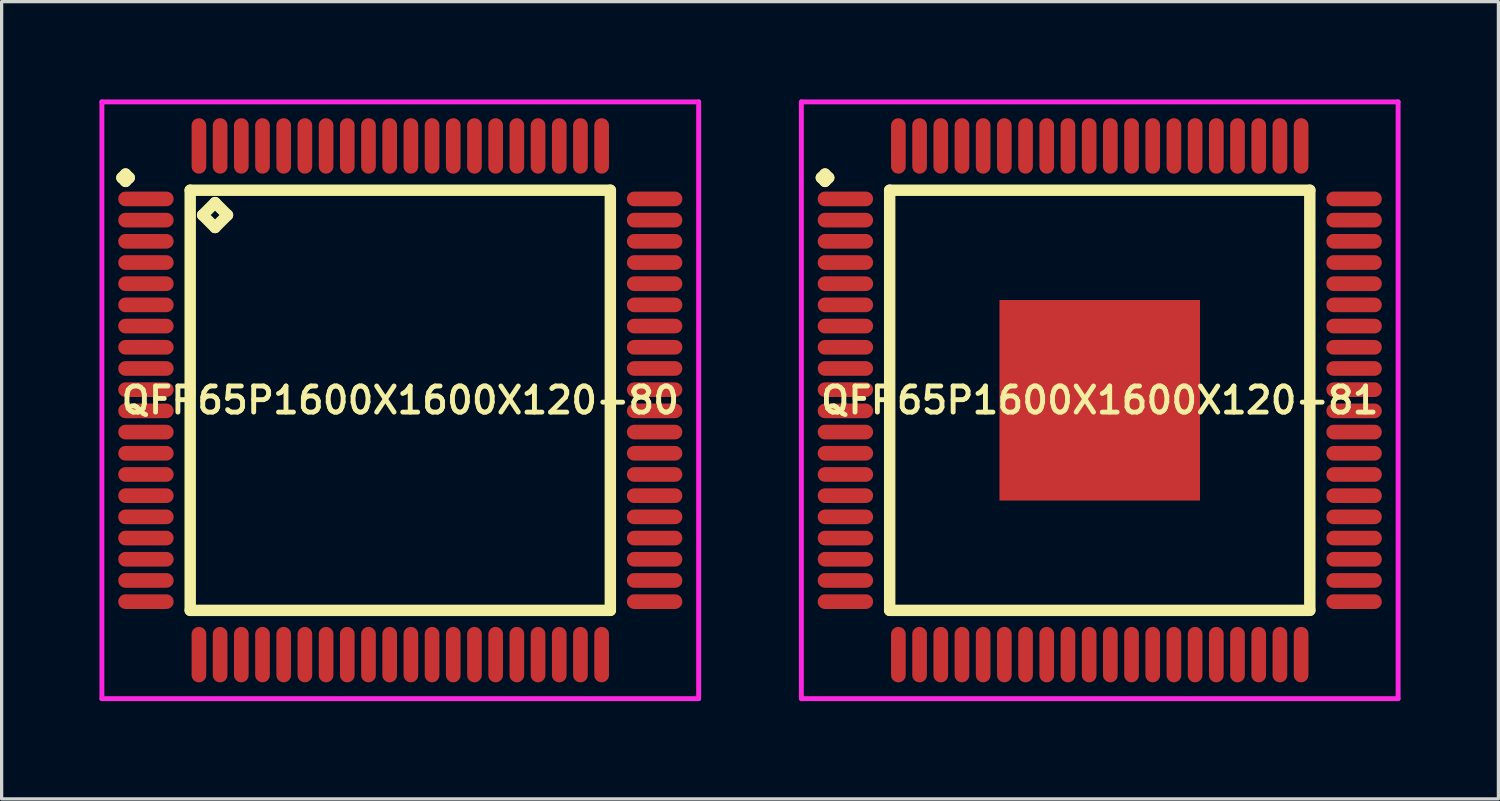
<source format=kicad_pcb>
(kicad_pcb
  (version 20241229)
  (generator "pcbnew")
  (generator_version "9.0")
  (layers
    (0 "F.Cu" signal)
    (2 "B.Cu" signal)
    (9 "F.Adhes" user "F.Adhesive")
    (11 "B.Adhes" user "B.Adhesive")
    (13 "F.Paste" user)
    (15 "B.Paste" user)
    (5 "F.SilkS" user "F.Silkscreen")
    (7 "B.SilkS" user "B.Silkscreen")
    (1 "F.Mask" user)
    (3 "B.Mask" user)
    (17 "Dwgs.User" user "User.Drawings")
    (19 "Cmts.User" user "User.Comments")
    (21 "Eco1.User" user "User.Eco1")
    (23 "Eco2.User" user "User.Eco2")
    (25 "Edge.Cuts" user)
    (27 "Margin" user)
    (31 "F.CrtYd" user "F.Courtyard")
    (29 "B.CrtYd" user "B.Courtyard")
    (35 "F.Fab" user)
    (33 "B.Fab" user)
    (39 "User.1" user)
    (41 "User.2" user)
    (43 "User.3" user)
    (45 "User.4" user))
  (footprint "QFP65P1600X1600X120-80"
    (layer "F.Cu")
    (at 9.225 9.225)
    (property "Reference" "QFP65P1600X1600X120-80" (at 0 0 0) (layer "F.SilkS") (effects (font (size 0.8 0.8) (thickness 0.15))))
    (attr smd)
    (fp_line (start -8.537 -6.825) (end -8.425 -6.938) (stroke (width 0.35) (type solid)) (layer "F.SilkS"))
    (fp_line (start -8.425 -6.938) (end -8.312 -6.825) (stroke (width 0.35) (type solid)) (layer "F.SilkS"))
    (fp_line (start -8.425 -6.713) (end -8.537 -6.825) (stroke (width 0.35) (type solid)) (layer "F.SilkS"))
    (fp_line (start -8.312 -6.825) (end -8.425 -6.713) (stroke (width 0.35) (type solid)) (layer "F.SilkS"))
    (fp_line (start -6.442 -6.442) (end -6.442 6.442) (stroke (width 0.35) (type solid)) (layer "F.SilkS"))
    (fp_line (start -6.442 6.442) (end 6.442 6.442) (stroke (width 0.35) (type solid)) (layer "F.SilkS"))
    (fp_line (start -6.061 -5.68) (end -5.68 -6.061) (stroke (width 0.35) (type solid)) (layer "F.SilkS"))
    (fp_line (start -5.68 -6.061) (end -5.299 -5.68) (stroke (width 0.35) (type solid)) (layer "F.SilkS"))
    (fp_line (start -5.68 -5.299) (end -6.061 -5.68) (stroke (width 0.35) (type solid)) (layer "F.SilkS"))
    (fp_line (start -5.299 -5.68) (end -5.68 -5.299) (stroke (width 0.35) (type solid)) (layer "F.SilkS"))
    (fp_line (start 6.442 -6.442) (end -6.442 -6.442) (stroke (width 0.35) (type solid)) (layer "F.SilkS"))
    (fp_line (start 6.442 6.442) (end 6.442 -6.442) (stroke (width 0.35) (type solid)) (layer "F.SilkS"))
    (fp_line (start -9.15 -9.15) (end 9.15 -9.15) (stroke (width 0.15) (type solid)) (layer "F.CrtYd"))
    (fp_line (start -9.15 9.15) (end -9.15 -9.15) (stroke (width 0.15) (type solid)) (layer "F.CrtYd"))
    (fp_line (start 9.15 -9.15) (end 9.15 9.15) (stroke (width 0.15) (type solid)) (layer "F.CrtYd"))
    (fp_line (start 9.15 9.15) (end -9.15 9.15) (stroke (width 0.15) (type solid)) (layer "F.CrtYd"))
    (pad "1" smd oval (at -7.8 -6.175) (size 1.7 0.45) (layers "F.Cu" "F.Mask" "F.Paste"))
    (pad "2" smd oval (at -7.8 -5.525) (size 1.7 0.45) (layers "F.Cu" "F.Mask" "F.Paste"))
    (pad "3" smd oval (at -7.8 -4.875) (size 1.7 0.45) (layers "F.Cu" "F.Mask" "F.Paste"))
    (pad "4" smd oval (at -7.8 -4.225) (size 1.7 0.45) (layers "F.Cu" "F.Mask" "F.Paste"))
    (pad "5" smd oval (at -7.8 -3.575) (size 1.7 0.45) (layers "F.Cu" "F.Mask" "F.Paste"))
    (pad "6" smd oval (at -7.8 -2.925) (size 1.7 0.45) (layers "F.Cu" "F.Mask" "F.Paste"))
    (pad "7" smd oval (at -7.8 -2.275) (size 1.7 0.45) (layers "F.Cu" "F.Mask" "F.Paste"))
    (pad "8" smd oval (at -7.8 -1.625) (size 1.7 0.45) (layers "F.Cu" "F.Mask" "F.Paste"))
    (pad "9" smd oval (at -7.8 -0.975) (size 1.7 0.45) (layers "F.Cu" "F.Mask" "F.Paste"))
    (pad "10" smd oval (at -7.8 -0.325) (size 1.7 0.45) (layers "F.Cu" "F.Mask" "F.Paste"))
    (pad "11" smd oval (at -7.8 0.325) (size 1.7 0.45) (layers "F.Cu" "F.Mask" "F.Paste"))
    (pad "12" smd oval (at -7.8 0.975) (size 1.7 0.45) (layers "F.Cu" "F.Mask" "F.Paste"))
    (pad "13" smd oval (at -7.8 1.625) (size 1.7 0.45) (layers "F.Cu" "F.Mask" "F.Paste"))
    (pad "14" smd oval (at -7.8 2.275) (size 1.7 0.45) (layers "F.Cu" "F.Mask" "F.Paste"))
    (pad "15" smd oval (at -7.8 2.925) (size 1.7 0.45) (layers "F.Cu" "F.Mask" "F.Paste"))
    (pad "16" smd oval (at -7.8 3.575) (size 1.7 0.45) (layers "F.Cu" "F.Mask" "F.Paste"))
    (pad "17" smd oval (at -7.8 4.225) (size 1.7 0.45) (layers "F.Cu" "F.Mask" "F.Paste"))
    (pad "18" smd oval (at -7.8 4.875) (size 1.7 0.45) (layers "F.Cu" "F.Mask" "F.Paste"))
    (pad "19" smd oval (at -7.8 5.525) (size 1.7 0.45) (layers "F.Cu" "F.Mask" "F.Paste"))
    (pad "20" smd oval (at -7.8 6.175) (size 1.7 0.45) (layers "F.Cu" "F.Mask" "F.Paste"))
    (pad "21" smd oval (at -6.175 7.8) (size 0.45 1.7) (layers "F.Cu" "F.Mask" "F.Paste"))
    (pad "22" smd oval (at -5.525 7.8) (size 0.45 1.7) (layers "F.Cu" "F.Mask" "F.Paste"))
    (pad "23" smd oval (at -4.875 7.8) (size 0.45 1.7) (layers "F.Cu" "F.Mask" "F.Paste"))
    (pad "24" smd oval (at -4.225 7.8) (size 0.45 1.7) (layers "F.Cu" "F.Mask" "F.Paste"))
    (pad "25" smd oval (at -3.575 7.8) (size 0.45 1.7) (layers "F.Cu" "F.Mask" "F.Paste"))
    (pad "26" smd oval (at -2.925 7.8) (size 0.45 1.7) (layers "F.Cu" "F.Mask" "F.Paste"))
    (pad "27" smd oval (at -2.275 7.8) (size 0.45 1.7) (layers "F.Cu" "F.Mask" "F.Paste"))
    (pad "28" smd oval (at -1.625 7.8) (size 0.45 1.7) (layers "F.Cu" "F.Mask" "F.Paste"))
    (pad "29" smd oval (at -0.975 7.8) (size 0.45 1.7) (layers "F.Cu" "F.Mask" "F.Paste"))
    (pad "30" smd oval (at -0.325 7.8) (size 0.45 1.7) (layers "F.Cu" "F.Mask" "F.Paste"))
    (pad "31" smd oval (at 0.325 7.8) (size 0.45 1.7) (layers "F.Cu" "F.Mask" "F.Paste"))
    (pad "32" smd oval (at 0.975 7.8) (size 0.45 1.7) (layers "F.Cu" "F.Mask" "F.Paste"))
    (pad "33" smd oval (at 1.625 7.8) (size 0.45 1.7) (layers "F.Cu" "F.Mask" "F.Paste"))
    (pad "34" smd oval (at 2.275 7.8) (size 0.45 1.7) (layers "F.Cu" "F.Mask" "F.Paste"))
    (pad "35" smd oval (at 2.925 7.8) (size 0.45 1.7) (layers "F.Cu" "F.Mask" "F.Paste"))
    (pad "36" smd oval (at 3.575 7.8) (size 0.45 1.7) (layers "F.Cu" "F.Mask" "F.Paste"))
    (pad "37" smd oval (at 4.225 7.8) (size 0.45 1.7) (layers "F.Cu" "F.Mask" "F.Paste"))
    (pad "38" smd oval (at 4.875 7.8) (size 0.45 1.7) (layers "F.Cu" "F.Mask" "F.Paste"))
    (pad "39" smd oval (at 5.525 7.8) (size 0.45 1.7) (layers "F.Cu" "F.Mask" "F.Paste"))
    (pad "40" smd oval (at 6.175 7.8) (size 0.45 1.7) (layers "F.Cu" "F.Mask" "F.Paste"))
    (pad "41" smd oval (at 7.8 6.175) (size 1.7 0.45) (layers "F.Cu" "F.Mask" "F.Paste"))
    (pad "42" smd oval (at 7.8 5.525) (size 1.7 0.45) (layers "F.Cu" "F.Mask" "F.Paste"))
    (pad "43" smd oval (at 7.8 4.875) (size 1.7 0.45) (layers "F.Cu" "F.Mask" "F.Paste"))
    (pad "44" smd oval (at 7.8 4.225) (size 1.7 0.45) (layers "F.Cu" "F.Mask" "F.Paste"))
    (pad "45" smd oval (at 7.8 3.575) (size 1.7 0.45) (layers "F.Cu" "F.Mask" "F.Paste"))
    (pad "46" smd oval (at 7.8 2.925) (size 1.7 0.45) (layers "F.Cu" "F.Mask" "F.Paste"))
    (pad "47" smd oval (at 7.8 2.275) (size 1.7 0.45) (layers "F.Cu" "F.Mask" "F.Paste"))
    (pad "48" smd oval (at 7.8 1.625) (size 1.7 0.45) (layers "F.Cu" "F.Mask" "F.Paste"))
    (pad "49" smd oval (at 7.8 0.975) (size 1.7 0.45) (layers "F.Cu" "F.Mask" "F.Paste"))
    (pad "50" smd oval (at 7.8 0.325) (size 1.7 0.45) (layers "F.Cu" "F.Mask" "F.Paste"))
    (pad "51" smd oval (at 7.8 -0.325) (size 1.7 0.45) (layers "F.Cu" "F.Mask" "F.Paste"))
    (pad "52" smd oval (at 7.8 -0.975) (size 1.7 0.45) (layers "F.Cu" "F.Mask" "F.Paste"))
    (pad "53" smd oval (at 7.8 -1.625) (size 1.7 0.45) (layers "F.Cu" "F.Mask" "F.Paste"))
    (pad "54" smd oval (at 7.8 -2.275) (size 1.7 0.45) (layers "F.Cu" "F.Mask" "F.Paste"))
    (pad "55" smd oval (at 7.8 -2.925) (size 1.7 0.45) (layers "F.Cu" "F.Mask" "F.Paste"))
    (pad "56" smd oval (at 7.8 -3.575) (size 1.7 0.45) (layers "F.Cu" "F.Mask" "F.Paste"))
    (pad "57" smd oval (at 7.8 -4.225) (size 1.7 0.45) (layers "F.Cu" "F.Mask" "F.Paste"))
    (pad "58" smd oval (at 7.8 -4.875) (size 1.7 0.45) (layers "F.Cu" "F.Mask" "F.Paste"))
    (pad "59" smd oval (at 7.8 -5.525) (size 1.7 0.45) (layers "F.Cu" "F.Mask" "F.Paste"))
    (pad "60" smd oval (at 7.8 -6.175) (size 1.7 0.45) (layers "F.Cu" "F.Mask" "F.Paste"))
    (pad "61" smd oval (at 6.175 -7.8) (size 0.45 1.7) (layers "F.Cu" "F.Mask" "F.Paste"))
    (pad "62" smd oval (at 5.525 -7.8) (size 0.45 1.7) (layers "F.Cu" "F.Mask" "F.Paste"))
    (pad "63" smd oval (at 4.875 -7.8) (size 0.45 1.7) (layers "F.Cu" "F.Mask" "F.Paste"))
    (pad "64" smd oval (at 4.225 -7.8) (size 0.45 1.7) (layers "F.Cu" "F.Mask" "F.Paste"))
    (pad "65" smd oval (at 3.575 -7.8) (size 0.45 1.7) (layers "F.Cu" "F.Mask" "F.Paste"))
    (pad "66" smd oval (at 2.925 -7.8) (size 0.45 1.7) (layers "F.Cu" "F.Mask" "F.Paste"))
    (pad "67" smd oval (at 2.275 -7.8) (size 0.45 1.7) (layers "F.Cu" "F.Mask" "F.Paste"))
    (pad "68" smd oval (at 1.625 -7.8) (size 0.45 1.7) (layers "F.Cu" "F.Mask" "F.Paste"))
    (pad "69" smd oval (at 0.975 -7.8) (size 0.45 1.7) (layers "F.Cu" "F.Mask" "F.Paste"))
    (pad "70" smd oval (at 0.325 -7.8) (size 0.45 1.7) (layers "F.Cu" "F.Mask" "F.Paste"))
    (pad "71" smd oval (at -0.325 -7.8) (size 0.45 1.7) (layers "F.Cu" "F.Mask" "F.Paste"))
    (pad "72" smd oval (at -0.975 -7.8) (size 0.45 1.7) (layers "F.Cu" "F.Mask" "F.Paste"))
    (pad "73" smd oval (at -1.625 -7.8) (size 0.45 1.7) (layers "F.Cu" "F.Mask" "F.Paste"))
    (pad "74" smd oval (at -2.275 -7.8) (size 0.45 1.7) (layers "F.Cu" "F.Mask" "F.Paste"))
    (pad "75" smd oval (at -2.925 -7.8) (size 0.45 1.7) (layers "F.Cu" "F.Mask" "F.Paste"))
    (pad "76" smd oval (at -3.575 -7.8) (size 0.45 1.7) (layers "F.Cu" "F.Mask" "F.Paste"))
    (pad "77" smd oval (at -4.225 -7.8) (size 0.45 1.7) (layers "F.Cu" "F.Mask" "F.Paste"))
    (pad "78" smd oval (at -4.875 -7.8) (size 0.45 1.7) (layers "F.Cu" "F.Mask" "F.Paste"))
    (pad "79" smd oval (at -5.525 -7.8) (size 0.45 1.7) (layers "F.Cu" "F.Mask" "F.Paste"))
    (pad "80" smd oval (at -6.175 -7.8) (size 0.45 1.7) (layers "F.Cu" "F.Mask" "F.Paste")))
  (footprint "QFP65P1600X1600X120-81"
    (layer "F.Cu")
    (at 30.675 9.225)
    (property "Reference" "QFP65P1600X1600X120-81" (at 0 0 0) (layer "F.SilkS") (effects (font (size 0.8 0.8) (thickness 0.15))))
    (attr smd)
    (fp_line (start -8.537 -6.825) (end -8.425 -6.938) (stroke (width 0.35) (type solid)) (layer "F.SilkS"))
    (fp_line (start -8.425 -6.938) (end -8.312 -6.825) (stroke (width 0.35) (type solid)) (layer "F.SilkS"))
    (fp_line (start -8.425 -6.713) (end -8.537 -6.825) (stroke (width 0.35) (type solid)) (layer "F.SilkS"))
    (fp_line (start -8.312 -6.825) (end -8.425 -6.713) (stroke (width 0.35) (type solid)) (layer "F.SilkS"))
    (fp_line (start -6.442 -6.442) (end -6.442 6.442) (stroke (width 0.35) (type solid)) (layer "F.SilkS"))
    (fp_line (start -6.442 6.442) (end 6.442 6.442) (stroke (width 0.35) (type solid)) (layer "F.SilkS"))
    (fp_line (start 6.442 -6.442) (end -6.442 -6.442) (stroke (width 0.35) (type solid)) (layer "F.SilkS"))
    (fp_line (start 6.442 6.442) (end 6.442 -6.442) (stroke (width 0.35) (type solid)) (layer "F.SilkS"))
    (fp_line (start -9.15 -9.15) (end 9.15 -9.15) (stroke (width 0.15) (type solid)) (layer "F.CrtYd"))
    (fp_line (start -9.15 9.15) (end -9.15 -9.15) (stroke (width 0.15) (type solid)) (layer "F.CrtYd"))
    (fp_line (start 9.15 -9.15) (end 9.15 9.15) (stroke (width 0.15) (type solid)) (layer "F.CrtYd"))
    (fp_line (start 9.15 9.15) (end -9.15 9.15) (stroke (width 0.15) (type solid)) (layer "F.CrtYd"))
    (pad "1" smd oval (at -7.8 -6.175) (size 1.7 0.45) (layers "F.Cu" "F.Mask" "F.Paste"))
    (pad "2" smd oval (at -7.8 -5.525) (size 1.7 0.45) (layers "F.Cu" "F.Mask" "F.Paste"))
    (pad "3" smd oval (at -7.8 -4.875) (size 1.7 0.45) (layers "F.Cu" "F.Mask" "F.Paste"))
    (pad "4" smd oval (at -7.8 -4.225) (size 1.7 0.45) (layers "F.Cu" "F.Mask" "F.Paste"))
    (pad "5" smd oval (at -7.8 -3.575) (size 1.7 0.45) (layers "F.Cu" "F.Mask" "F.Paste"))
    (pad "6" smd oval (at -7.8 -2.925) (size 1.7 0.45) (layers "F.Cu" "F.Mask" "F.Paste"))
    (pad "7" smd oval (at -7.8 -2.275) (size 1.7 0.45) (layers "F.Cu" "F.Mask" "F.Paste"))
    (pad "8" smd oval (at -7.8 -1.625) (size 1.7 0.45) (layers "F.Cu" "F.Mask" "F.Paste"))
    (pad "9" smd oval (at -7.8 -0.975) (size 1.7 0.45) (layers "F.Cu" "F.Mask" "F.Paste"))
    (pad "10" smd oval (at -7.8 -0.325) (size 1.7 0.45) (layers "F.Cu" "F.Mask" "F.Paste"))
    (pad "11" smd oval (at -7.8 0.325) (size 1.7 0.45) (layers "F.Cu" "F.Mask" "F.Paste"))
    (pad "12" smd oval (at -7.8 0.975) (size 1.7 0.45) (layers "F.Cu" "F.Mask" "F.Paste"))
    (pad "13" smd oval (at -7.8 1.625) (size 1.7 0.45) (layers "F.Cu" "F.Mask" "F.Paste"))
    (pad "14" smd oval (at -7.8 2.275) (size 1.7 0.45) (layers "F.Cu" "F.Mask" "F.Paste"))
    (pad "15" smd oval (at -7.8 2.925) (size 1.7 0.45) (layers "F.Cu" "F.Mask" "F.Paste"))
    (pad "16" smd oval (at -7.8 3.575) (size 1.7 0.45) (layers "F.Cu" "F.Mask" "F.Paste"))
    (pad "17" smd oval (at -7.8 4.225) (size 1.7 0.45) (layers "F.Cu" "F.Mask" "F.Paste"))
    (pad "18" smd oval (at -7.8 4.875) (size 1.7 0.45) (layers "F.Cu" "F.Mask" "F.Paste"))
    (pad "19" smd oval (at -7.8 5.525) (size 1.7 0.45) (layers "F.Cu" "F.Mask" "F.Paste"))
    (pad "20" smd oval (at -7.8 6.175) (size 1.7 0.45) (layers "F.Cu" "F.Mask" "F.Paste"))
    (pad "21" smd oval (at -6.175 7.8) (size 0.45 1.7) (layers "F.Cu" "F.Mask" "F.Paste"))
    (pad "22" smd oval (at -5.525 7.8) (size 0.45 1.7) (layers "F.Cu" "F.Mask" "F.Paste"))
    (pad "23" smd oval (at -4.875 7.8) (size 0.45 1.7) (layers "F.Cu" "F.Mask" "F.Paste"))
    (pad "24" smd oval (at -4.225 7.8) (size 0.45 1.7) (layers "F.Cu" "F.Mask" "F.Paste"))
    (pad "25" smd oval (at -3.575 7.8) (size 0.45 1.7) (layers "F.Cu" "F.Mask" "F.Paste"))
    (pad "26" smd oval (at -2.925 7.8) (size 0.45 1.7) (layers "F.Cu" "F.Mask" "F.Paste"))
    (pad "27" smd oval (at -2.275 7.8) (size 0.45 1.7) (layers "F.Cu" "F.Mask" "F.Paste"))
    (pad "28" smd oval (at -1.625 7.8) (size 0.45 1.7) (layers "F.Cu" "F.Mask" "F.Paste"))
    (pad "29" smd oval (at -0.975 7.8) (size 0.45 1.7) (layers "F.Cu" "F.Mask" "F.Paste"))
    (pad "30" smd oval (at -0.325 7.8) (size 0.45 1.7) (layers "F.Cu" "F.Mask" "F.Paste"))
    (pad "31" smd oval (at 0.325 7.8) (size 0.45 1.7) (layers "F.Cu" "F.Mask" "F.Paste"))
    (pad "32" smd oval (at 0.975 7.8) (size 0.45 1.7) (layers "F.Cu" "F.Mask" "F.Paste"))
    (pad "33" smd oval (at 1.625 7.8) (size 0.45 1.7) (layers "F.Cu" "F.Mask" "F.Paste"))
    (pad "34" smd oval (at 2.275 7.8) (size 0.45 1.7) (layers "F.Cu" "F.Mask" "F.Paste"))
    (pad "35" smd oval (at 2.925 7.8) (size 0.45 1.7) (layers "F.Cu" "F.Mask" "F.Paste"))
    (pad "36" smd oval (at 3.575 7.8) (size 0.45 1.7) (layers "F.Cu" "F.Mask" "F.Paste"))
    (pad "37" smd oval (at 4.225 7.8) (size 0.45 1.7) (layers "F.Cu" "F.Mask" "F.Paste"))
    (pad "38" smd oval (at 4.875 7.8) (size 0.45 1.7) (layers "F.Cu" "F.Mask" "F.Paste"))
    (pad "39" smd oval (at 5.525 7.8) (size 0.45 1.7) (layers "F.Cu" "F.Mask" "F.Paste"))
    (pad "40" smd oval (at 6.175 7.8) (size 0.45 1.7) (layers "F.Cu" "F.Mask" "F.Paste"))
    (pad "41" smd oval (at 7.8 6.175) (size 1.7 0.45) (layers "F.Cu" "F.Mask" "F.Paste"))
    (pad "42" smd oval (at 7.8 5.525) (size 1.7 0.45) (layers "F.Cu" "F.Mask" "F.Paste"))
    (pad "43" smd oval (at 7.8 4.875) (size 1.7 0.45) (layers "F.Cu" "F.Mask" "F.Paste"))
    (pad "44" smd oval (at 7.8 4.225) (size 1.7 0.45) (layers "F.Cu" "F.Mask" "F.Paste"))
    (pad "45" smd oval (at 7.8 3.575) (size 1.7 0.45) (layers "F.Cu" "F.Mask" "F.Paste"))
    (pad "46" smd oval (at 7.8 2.925) (size 1.7 0.45) (layers "F.Cu" "F.Mask" "F.Paste"))
    (pad "47" smd oval (at 7.8 2.275) (size 1.7 0.45) (layers "F.Cu" "F.Mask" "F.Paste"))
    (pad "48" smd oval (at 7.8 1.625) (size 1.7 0.45) (layers "F.Cu" "F.Mask" "F.Paste"))
    (pad "49" smd oval (at 7.8 0.975) (size 1.7 0.45) (layers "F.Cu" "F.Mask" "F.Paste"))
    (pad "50" smd oval (at 7.8 0.325) (size 1.7 0.45) (layers "F.Cu" "F.Mask" "F.Paste"))
    (pad "51" smd oval (at 7.8 -0.325) (size 1.7 0.45) (layers "F.Cu" "F.Mask" "F.Paste"))
    (pad "52" smd oval (at 7.8 -0.975) (size 1.7 0.45) (layers "F.Cu" "F.Mask" "F.Paste"))
    (pad "53" smd oval (at 7.8 -1.625) (size 1.7 0.45) (layers "F.Cu" "F.Mask" "F.Paste"))
    (pad "54" smd oval (at 7.8 -2.275) (size 1.7 0.45) (layers "F.Cu" "F.Mask" "F.Paste"))
    (pad "55" smd oval (at 7.8 -2.925) (size 1.7 0.45) (layers "F.Cu" "F.Mask" "F.Paste"))
    (pad "56" smd oval (at 7.8 -3.575) (size 1.7 0.45) (layers "F.Cu" "F.Mask" "F.Paste"))
    (pad "57" smd oval (at 7.8 -4.225) (size 1.7 0.45) (layers "F.Cu" "F.Mask" "F.Paste"))
    (pad "58" smd oval (at 7.8 -4.875) (size 1.7 0.45) (layers "F.Cu" "F.Mask" "F.Paste"))
    (pad "59" smd oval (at 7.8 -5.525) (size 1.7 0.45) (layers "F.Cu" "F.Mask" "F.Paste"))
    (pad "60" smd oval (at 7.8 -6.175) (size 1.7 0.45) (layers "F.Cu" "F.Mask" "F.Paste"))
    (pad "61" smd oval (at 6.175 -7.8) (size 0.45 1.7) (layers "F.Cu" "F.Mask" "F.Paste"))
    (pad "62" smd oval (at 5.525 -7.8) (size 0.45 1.7) (layers "F.Cu" "F.Mask" "F.Paste"))
    (pad "63" smd oval (at 4.875 -7.8) (size 0.45 1.7) (layers "F.Cu" "F.Mask" "F.Paste"))
    (pad "64" smd oval (at 4.225 -7.8) (size 0.45 1.7) (layers "F.Cu" "F.Mask" "F.Paste"))
    (pad "65" smd oval (at 3.575 -7.8) (size 0.45 1.7) (layers "F.Cu" "F.Mask" "F.Paste"))
    (pad "66" smd oval (at 2.925 -7.8) (size 0.45 1.7) (layers "F.Cu" "F.Mask" "F.Paste"))
    (pad "67" smd oval (at 2.275 -7.8) (size 0.45 1.7) (layers "F.Cu" "F.Mask" "F.Paste"))
    (pad "68" smd oval (at 1.625 -7.8) (size 0.45 1.7) (layers "F.Cu" "F.Mask" "F.Paste"))
    (pad "69" smd oval (at 0.975 -7.8) (size 0.45 1.7) (layers "F.Cu" "F.Mask" "F.Paste"))
    (pad "70" smd oval (at 0.325 -7.8) (size 0.45 1.7) (layers "F.Cu" "F.Mask" "F.Paste"))
    (pad "71" smd oval (at -0.325 -7.8) (size 0.45 1.7) (layers "F.Cu" "F.Mask" "F.Paste"))
    (pad "72" smd oval (at -0.975 -7.8) (size 0.45 1.7) (layers "F.Cu" "F.Mask" "F.Paste"))
    (pad "73" smd oval (at -1.625 -7.8) (size 0.45 1.7) (layers "F.Cu" "F.Mask" "F.Paste"))
    (pad "74" smd oval (at -2.275 -7.8) (size 0.45 1.7) (layers "F.Cu" "F.Mask" "F.Paste"))
    (pad "75" smd oval (at -2.925 -7.8) (size 0.45 1.7) (layers "F.Cu" "F.Mask" "F.Paste"))
    (pad "76" smd oval (at -3.575 -7.8) (size 0.45 1.7) (layers "F.Cu" "F.Mask" "F.Paste"))
    (pad "77" smd oval (at -4.225 -7.8) (size 0.45 1.7) (layers "F.Cu" "F.Mask" "F.Paste"))
    (pad "78" smd oval (at -4.875 -7.8) (size 0.45 1.7) (layers "F.Cu" "F.Mask" "F.Paste"))
    (pad "79" smd oval (at -5.525 -7.8) (size 0.45 1.7) (layers "F.Cu" "F.Mask" "F.Paste"))
    (pad "80" smd oval (at -6.175 -7.8) (size 0.45 1.7) (layers "F.Cu" "F.Mask" "F.Paste"))
    (pad "81" smd rect (at 0 0) (size 6.15 6.15) (layers "F.Cu" "F.Mask" "F.Paste")))
  (gr_rect
    (start -3 -3)
    (end 42.9 21.45)
    (stroke (width 0.1) (type default))
    (fill no)
    (layer "Edge.Cuts")))
</source>
